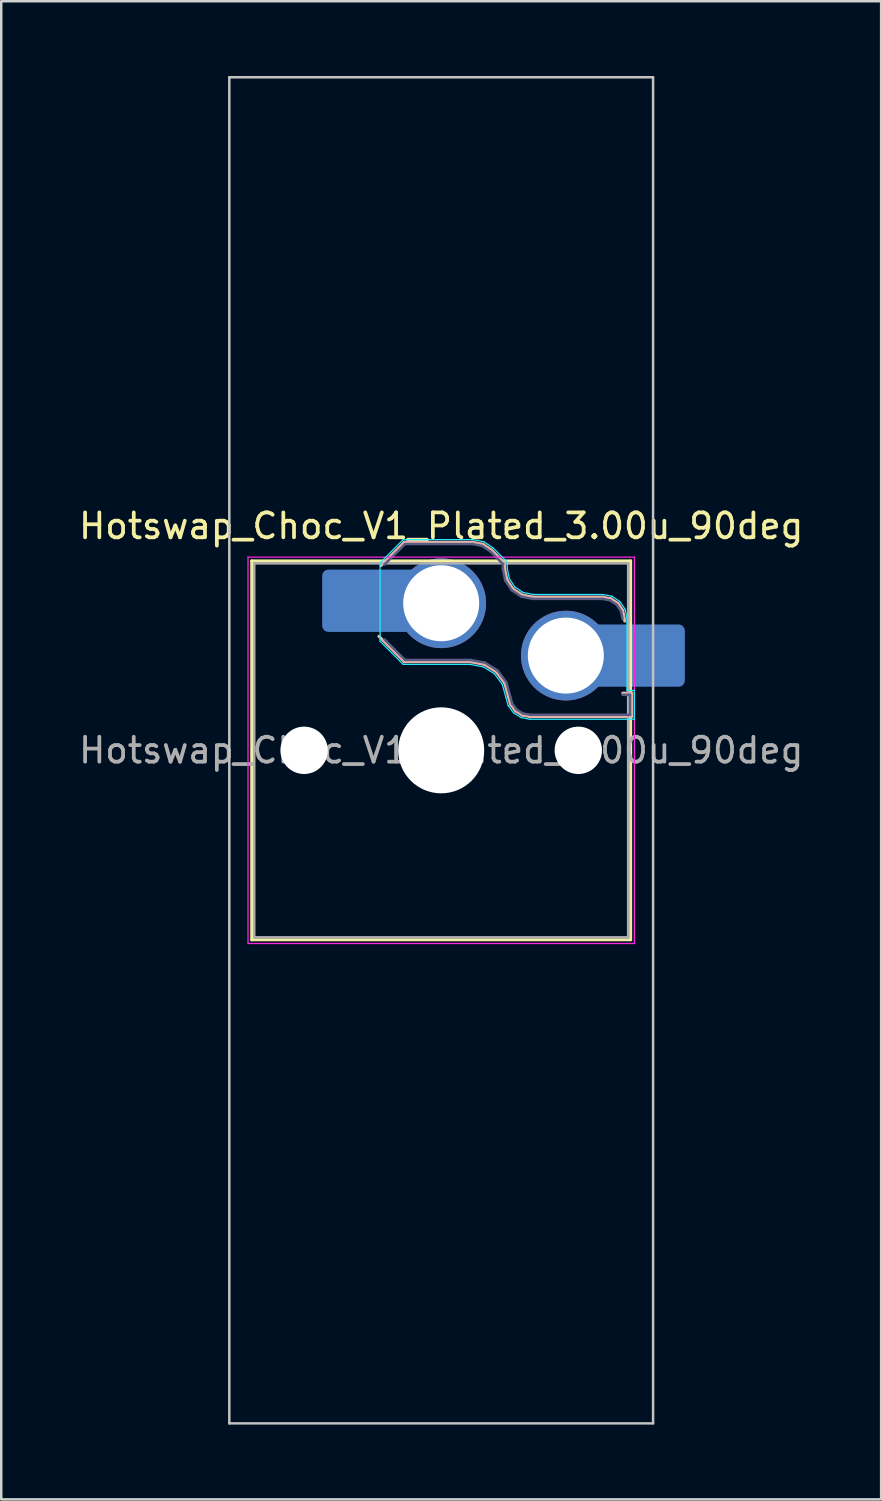
<source format=kicad_pcb>
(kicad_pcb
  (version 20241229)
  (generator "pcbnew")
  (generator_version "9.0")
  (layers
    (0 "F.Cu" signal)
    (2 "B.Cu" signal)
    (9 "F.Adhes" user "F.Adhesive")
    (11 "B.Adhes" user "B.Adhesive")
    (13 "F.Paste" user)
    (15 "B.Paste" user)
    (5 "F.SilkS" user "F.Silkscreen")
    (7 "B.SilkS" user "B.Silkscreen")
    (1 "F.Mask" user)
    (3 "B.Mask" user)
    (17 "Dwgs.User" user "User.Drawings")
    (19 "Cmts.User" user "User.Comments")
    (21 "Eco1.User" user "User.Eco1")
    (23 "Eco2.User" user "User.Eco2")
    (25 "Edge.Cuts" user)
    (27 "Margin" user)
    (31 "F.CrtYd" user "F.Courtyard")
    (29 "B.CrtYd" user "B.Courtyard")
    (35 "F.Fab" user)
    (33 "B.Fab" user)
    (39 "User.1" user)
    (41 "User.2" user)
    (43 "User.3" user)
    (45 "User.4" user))
  (footprint "Hotswap_Choc_V1_Plated_3.00u_90deg"
    (layer "F.Cu")
    (at 14.649 27.05)
    (property "Reference" "Hotswap_Choc_V1_Plated_3.00u_90deg" (at 0 -9 0) (layer "F.SilkS") (effects (font (size 1 1) (thickness 0.15))))
    (attr smd allow_soldermask_bridges)
    (fp_line (start -7.6 -7.6) (end -7.6 7.6) (stroke (width 0.12) (type solid)) (layer "F.SilkS"))
    (fp_line (start -7.6 7.6) (end 7.6 7.6) (stroke (width 0.12) (type solid)) (layer "F.SilkS"))
    (fp_line (start 7.6 -7.6) (end -7.6 -7.6) (stroke (width 0.12) (type solid)) (layer "F.SilkS"))
    (fp_line (start 7.6 7.6) (end 7.6 -7.6) (stroke (width 0.12) (type solid)) (layer "F.SilkS"))
    (fp_line (start -2.416 -7.409) (end -1.479 -8.346) (stroke (width 0.12) (type solid)) (layer "B.SilkS"))
    (fp_line (start -1.479 -8.346) (end 1.268 -8.346) (stroke (width 0.12) (type solid)) (layer "B.SilkS"))
    (fp_line (start -1.479 -3.554) (end -2.5 -4.575) (stroke (width 0.12) (type solid)) (layer "B.SilkS"))
    (fp_line (start 1.168 -3.554) (end -1.479 -3.554) (stroke (width 0.12) (type solid)) (layer "B.SilkS"))
    (fp_line (start 1.268 -8.346) (end 1.671 -8.266) (stroke (width 0.12) (type solid)) (layer "B.SilkS"))
    (fp_line (start 1.671 -8.266) (end 2.013 -8.037) (stroke (width 0.12) (type solid)) (layer "B.SilkS"))
    (fp_line (start 1.73 -3.449) (end 1.168 -3.554) (stroke (width 0.12) (type solid)) (layer "B.SilkS"))
    (fp_line (start 2.013 -8.037) (end 2.546 -7.504) (stroke (width 0.12) (type solid)) (layer "B.SilkS"))
    (fp_line (start 2.209 -3.15) (end 1.73 -3.449) (stroke (width 0.12) (type solid)) (layer "B.SilkS"))
    (fp_line (start 2.546 -7.504) (end 2.546 -7.282) (stroke (width 0.12) (type solid)) (layer "B.SilkS"))
    (fp_line (start 2.546 -7.282) (end 2.633 -6.844) (stroke (width 0.12) (type solid)) (layer "B.SilkS"))
    (fp_line (start 2.547 -2.697) (end 2.209 -3.15) (stroke (width 0.12) (type solid)) (layer "B.SilkS"))
    (fp_line (start 2.633 -6.844) (end 2.877 -6.477) (stroke (width 0.12) (type solid)) (layer "B.SilkS"))
    (fp_line (start 2.701 -2.139) (end 2.547 -2.697) (stroke (width 0.12) (type solid)) (layer "B.SilkS"))
    (fp_line (start 2.783 -1.841) (end 2.701 -2.139) (stroke (width 0.12) (type solid)) (layer "B.SilkS"))
    (fp_line (start 2.877 -6.477) (end 3.244 -6.233) (stroke (width 0.12) (type solid)) (layer "B.SilkS"))
    (fp_line (start 2.976 -1.583) (end 2.783 -1.841) (stroke (width 0.12) (type solid)) (layer "B.SilkS"))
    (fp_line (start 3.244 -6.233) (end 3.682 -6.146) (stroke (width 0.12) (type solid)) (layer "B.SilkS"))
    (fp_line (start 3.25 -1.413) (end 2.976 -1.583) (stroke (width 0.12) (type solid)) (layer "B.SilkS"))
    (fp_line (start 3.56 -1.354) (end 3.25 -1.413) (stroke (width 0.12) (type solid)) (layer "B.SilkS"))
    (fp_line (start 3.682 -6.146) (end 6.482 -6.146) (stroke (width 0.12) (type solid)) (layer "B.SilkS"))
    (fp_line (start 6.482 -6.146) (end 6.809 -6.081) (stroke (width 0.12) (type solid)) (layer "B.SilkS"))
    (fp_line (start 6.809 -6.081) (end 7.092 -5.892) (stroke (width 0.12) (type solid)) (layer "B.SilkS"))
    (fp_line (start 7.092 -5.892) (end 7.281 -5.609) (stroke (width 0.12) (type solid)) (layer "B.SilkS"))
    (fp_line (start 7.281 -5.609) (end 7.366 -5.182) (stroke (width 0.12) (type solid)) (layer "B.SilkS"))
    (fp_line (start 7.283 -2.296) (end 7.646 -2.296) (stroke (width 0.12) (type solid)) (layer "B.SilkS"))
    (fp_line (start 7.646 -2.296) (end 7.646 -1.354) (stroke (width 0.12) (type solid)) (layer "B.SilkS"))
    (fp_line (start 7.646 -1.354) (end 3.56 -1.354) (stroke (width 0.12) (type solid)) (layer "B.SilkS"))
    (fp_line (start -8.5 -27) (end 8.5 -27) (stroke (width 0.1) (type solid)) (layer "Dwgs.User"))
    (fp_line (start -8.5 27) (end -8.5 -27) (stroke (width 0.1) (type solid)) (layer "Dwgs.User"))
    (fp_line (start 8.5 -27) (end 8.5 27) (stroke (width 0.1) (type solid)) (layer "Dwgs.User"))
    (fp_line (start 8.5 27) (end -8.5 27) (stroke (width 0.1) (type solid)) (layer "Dwgs.User"))
    (fp_line (start -7.25 -7.25) (end -7.25 7.25) (stroke (width 0.1) (type solid)) (layer "Eco1.User"))
    (fp_line (start -7.25 7.25) (end 7.25 7.25) (stroke (width 0.1) (type solid)) (layer "Eco1.User"))
    (fp_line (start 7.25 -7.25) (end -7.25 -7.25) (stroke (width 0.1) (type solid)) (layer "Eco1.User"))
    (fp_line (start 7.25 7.25) (end 7.25 -7.25) (stroke (width 0.1) (type solid)) (layer "Eco1.User"))
    (fp_line (start -2.452 -7.523) (end -1.523 -8.452) (stroke (width 0.05) (type solid)) (layer "B.CrtYd"))
    (fp_line (start -2.452 -4.377) (end -2.452 -7.523) (stroke (width 0.05) (type solid)) (layer "B.CrtYd"))
    (fp_line (start -1.523 -8.452) (end 1.278 -8.452) (stroke (width 0.05) (type solid)) (layer "B.CrtYd"))
    (fp_line (start -1.523 -3.448) (end -2.452 -4.377) (stroke (width 0.05) (type solid)) (layer "B.CrtYd"))
    (fp_line (start 1.159 -3.448) (end -1.523 -3.448) (stroke (width 0.05) (type solid)) (layer "B.CrtYd"))
    (fp_line (start 1.278 -8.452) (end 1.712 -8.366) (stroke (width 0.05) (type solid)) (layer "B.CrtYd"))
    (fp_line (start 1.691 -3.348) (end 1.159 -3.448) (stroke (width 0.05) (type solid)) (layer "B.CrtYd"))
    (fp_line (start 1.712 -8.366) (end 2.081 -8.119) (stroke (width 0.05) (type solid)) (layer "B.CrtYd"))
    (fp_line (start 2.081 -8.119) (end 2.652 -7.548) (stroke (width 0.05) (type solid)) (layer "B.CrtYd"))
    (fp_line (start 2.136 -3.071) (end 1.691 -3.348) (stroke (width 0.05) (type solid)) (layer "B.CrtYd"))
    (fp_line (start 2.45 -2.65) (end 2.136 -3.071) (stroke (width 0.05) (type solid)) (layer "B.CrtYd"))
    (fp_line (start 2.599 -2.111) (end 2.45 -2.65) (stroke (width 0.05) (type solid)) (layer "B.CrtYd"))
    (fp_line (start 2.652 -7.548) (end 2.652 -7.292) (stroke (width 0.05) (type solid)) (layer "B.CrtYd"))
    (fp_line (start 2.652 -7.292) (end 2.733 -6.885) (stroke (width 0.05) (type solid)) (layer "B.CrtYd"))
    (fp_line (start 2.687 -1.794) (end 2.599 -2.111) (stroke (width 0.05) (type solid)) (layer "B.CrtYd"))
    (fp_line (start 2.733 -6.885) (end 2.953 -6.553) (stroke (width 0.05) (type solid)) (layer "B.CrtYd"))
    (fp_line (start 2.903 -1.503) (end 2.687 -1.794) (stroke (width 0.05) (type solid)) (layer "B.CrtYd"))
    (fp_line (start 2.953 -6.553) (end 3.285 -6.333) (stroke (width 0.05) (type solid)) (layer "B.CrtYd"))
    (fp_line (start 3.211 -1.312) (end 2.903 -1.503) (stroke (width 0.05) (type solid)) (layer "B.CrtYd"))
    (fp_line (start 3.285 -6.333) (end 3.692 -6.252) (stroke (width 0.05) (type solid)) (layer "B.CrtYd"))
    (fp_line (start 3.55 -1.248) (end 3.211 -1.312) (stroke (width 0.05) (type solid)) (layer "B.CrtYd"))
    (fp_line (start 3.692 -6.252) (end 6.492 -6.252) (stroke (width 0.05) (type solid)) (layer "B.CrtYd"))
    (fp_line (start 6.492 -6.252) (end 6.85 -6.181) (stroke (width 0.05) (type solid)) (layer "B.CrtYd"))
    (fp_line (start 6.85 -6.181) (end 7.168 -5.968) (stroke (width 0.05) (type solid)) (layer "B.CrtYd"))
    (fp_line (start 7.168 -5.968) (end 7.381 -5.65) (stroke (width 0.05) (type solid)) (layer "B.CrtYd"))
    (fp_line (start 7.381 -5.65) (end 7.452 -5.292) (stroke (width 0.05) (type solid)) (layer "B.CrtYd"))
    (fp_line (start 7.452 -5.292) (end 7.452 -2.402) (stroke (width 0.05) (type solid)) (layer "B.CrtYd"))
    (fp_line (start 7.452 -2.402) (end 7.752 -2.402) (stroke (width 0.05) (type solid)) (layer "B.CrtYd"))
    (fp_line (start 7.752 -2.402) (end 7.752 -1.248) (stroke (width 0.05) (type solid)) (layer "B.CrtYd"))
    (fp_line (start 7.752 -1.248) (end 3.55 -1.248) (stroke (width 0.05) (type solid)) (layer "B.CrtYd"))
    (fp_line (start -7.75 -7.75) (end -7.75 7.75) (stroke (width 0.05) (type solid)) (layer "F.CrtYd"))
    (fp_line (start -7.75 7.75) (end 7.75 7.75) (stroke (width 0.05) (type solid)) (layer "F.CrtYd"))
    (fp_line (start 7.75 -7.75) (end -7.75 -7.75) (stroke (width 0.05) (type solid)) (layer "F.CrtYd"))
    (fp_line (start 7.75 7.75) (end 7.75 -7.75) (stroke (width 0.05) (type solid)) (layer "F.CrtYd"))
    (fp_line (start -2.275 -7.45) (end -1.45 -8.275) (stroke (width 0.1) (type solid)) (layer "B.Fab"))
    (fp_line (start -1.45 -8.275) (end 1.261 -8.275) (stroke (width 0.1) (type solid)) (layer "B.Fab"))
    (fp_line (start -1.45 -3.625) (end -2.275 -4.45) (stroke (width 0.1) (type solid)) (layer "B.Fab"))
    (fp_line (start 1.175 -3.625) (end -1.45 -3.625) (stroke (width 0.1) (type solid)) (layer "B.Fab"))
    (fp_line (start 1.261 -8.275) (end 1.643 -8.199) (stroke (width 0.1) (type solid)) (layer "B.Fab"))
    (fp_line (start 1.643 -8.199) (end 1.968 -7.982) (stroke (width 0.1) (type solid)) (layer "B.Fab"))
    (fp_line (start 1.756 -3.516) (end 1.175 -3.625) (stroke (width 0.1) (type solid)) (layer "B.Fab"))
    (fp_line (start 1.968 -7.982) (end 2.475 -7.475) (stroke (width 0.1) (type solid)) (layer "B.Fab"))
    (fp_line (start 2.258 -3.203) (end 1.756 -3.516) (stroke (width 0.1) (type solid)) (layer "B.Fab"))
    (fp_line (start 2.475 -7.475) (end 2.475 -7.275) (stroke (width 0.1) (type solid)) (layer "B.Fab"))
    (fp_line (start 2.475 -7.275) (end 2.566 -6.816) (stroke (width 0.1) (type solid)) (layer "B.Fab"))
    (fp_line (start 2.566 -6.816) (end 2.826 -6.426) (stroke (width 0.1) (type solid)) (layer "B.Fab"))
    (fp_line (start 2.612 -2.729) (end 2.258 -3.203) (stroke (width 0.1) (type solid)) (layer "B.Fab"))
    (fp_line (start 2.769 -2.158) (end 2.612 -2.729) (stroke (width 0.1) (type solid)) (layer "B.Fab"))
    (fp_line (start 2.826 -6.426) (end 3.216 -6.166) (stroke (width 0.1) (type solid)) (layer "B.Fab"))
    (fp_line (start 2.848 -1.873) (end 2.769 -2.158) (stroke (width 0.1) (type solid)) (layer "B.Fab"))
    (fp_line (start 3.025 -1.636) (end 2.848 -1.873) (stroke (width 0.1) (type solid)) (layer "B.Fab"))
    (fp_line (start 3.216 -6.166) (end 3.675 -6.075) (stroke (width 0.1) (type solid)) (layer "B.Fab"))
    (fp_line (start 3.276 -1.48) (end 3.025 -1.636) (stroke (width 0.1) (type solid)) (layer "B.Fab"))
    (fp_line (start 3.567 -1.425) (end 3.276 -1.48) (stroke (width 0.1) (type solid)) (layer "B.Fab"))
    (fp_line (start 3.675 -6.075) (end 6.475 -6.075) (stroke (width 0.1) (type solid)) (layer "B.Fab"))
    (fp_line (start 6.475 -6.075) (end 6.781 -6.014) (stroke (width 0.1) (type solid)) (layer "B.Fab"))
    (fp_line (start 6.781 -6.014) (end 7.041 -5.841) (stroke (width 0.1) (type solid)) (layer "B.Fab"))
    (fp_line (start 7.041 -5.841) (end 7.214 -5.581) (stroke (width 0.1) (type solid)) (layer "B.Fab"))
    (fp_line (start 7.214 -5.581) (end 7.275 -5.275) (stroke (width 0.1) (type solid)) (layer "B.Fab"))
    (fp_line (start 7.275 -2.225) (end 7.575 -2.225) (stroke (width 0.1) (type solid)) (layer "B.Fab"))
    (fp_line (start 7.575 -2.225) (end 7.575 -1.425) (stroke (width 0.1) (type solid)) (layer "B.Fab"))
    (fp_line (start 7.575 -1.425) (end 3.567 -1.425) (stroke (width 0.1) (type solid)) (layer "B.Fab"))
    (fp_line (start -7.5 -7.5) (end -7.5 7.5) (stroke (width 0.1) (type solid)) (layer "F.Fab"))
    (fp_line (start -7.5 7.5) (end 7.5 7.5) (stroke (width 0.1) (type solid)) (layer "F.Fab"))
    (fp_line (start 7.5 -7.5) (end -7.5 -7.5) (stroke (width 0.1) (type solid)) (layer "F.Fab"))
    (fp_line (start 7.5 7.5) (end 7.5 -7.5) (stroke (width 0.1) (type solid)) (layer "F.Fab"))
    (fp_text user "${REFERENCE}" (at 0 0 0) (layer "F.Fab") (effects (font (size 1 1) (thickness 0.15))))
    (pad "" np_thru_hole circle (at -5.5 0) (size 1.9 1.9) (drill 1.9) (layers "*.Cu" "*.Mask"))
    (pad "" smd roundrect (at -3.5 -6) (size 2.55 2.5) (layers "B.Mask" "B.Paste") (roundrect_rratio 0.1))
    (pad "" np_thru_hole circle (at 0 0) (size 3.45 3.45) (drill 3.45) (layers "*.Cu" "*.Mask"))
    (pad "" np_thru_hole circle (at 5.5 0) (size 1.9 1.9) (drill 1.9) (layers "*.Cu" "*.Mask"))
    (pad "" smd roundrect (at 8.5 -3.8) (size 2.55 2.5) (layers "B.Mask" "B.Paste") (roundrect_rratio 0.1))
    (pad "1" smd roundrect (at -2.85 -6) (size 3.85 2.5) (layers "B.Cu") (roundrect_rratio 0.1))
    (pad "1" thru_hole circle (at 0 -5.9) (size 3.6 3.6) (drill 3.05) (layers "*.Cu" "*.Mask"))
    (pad "2" thru_hole circle (at 5 -3.8) (size 3.6 3.6) (drill 3.05) (layers "*.Cu" "*.Mask"))
    (pad "2" smd roundrect (at 7.85 -3.8) (size 3.85 2.5) (layers "B.Cu") (roundrect_rratio 0.1)))
  (gr_rect
    (start -3 -3)
    (end 32.298 57.1)
    (stroke (width 0.1) (type default))
    (fill no)
    (layer "Edge.Cuts")))
</source>
